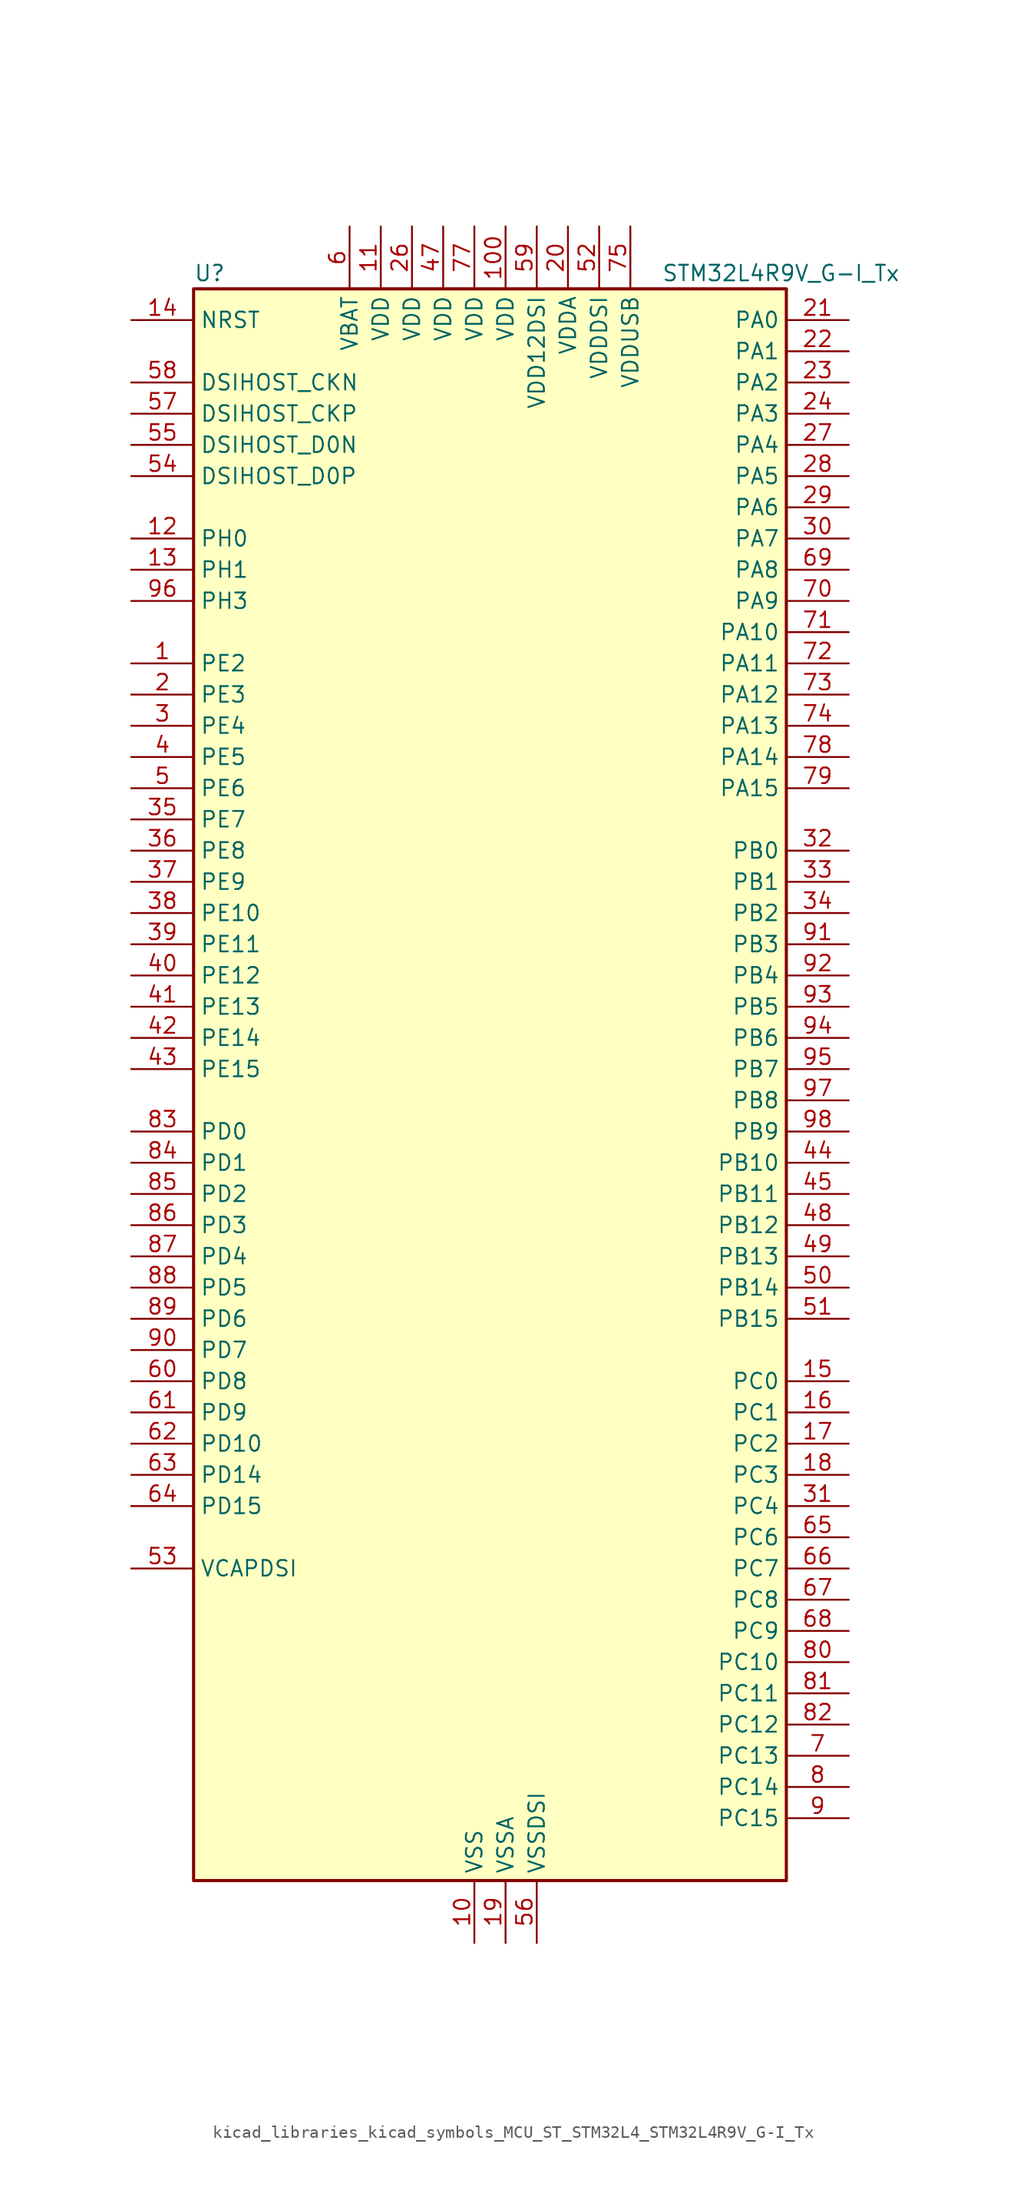
<source format=kicad_sym>
(kicad_symbol_lib
  (version 20220914)
  (generator kicad_symbol_editor)
  (symbol "kicad_libraries_kicad_symbols_MCU_ST_STM32L4_STM32L4R9V_G-I_Tx"
    (property "Reference" "U"
      (at -22.86 67.31 0)
      (effects (font (size 1.27 1.27)) (justify left)))
    (property "Value" "STM32L4R9V_G-I_Tx"
      (at 15.24 67.31 0)
      (effects (font (size 1.27 1.27)) (justify left)))
    (property "ki_locked" ""
      (at 0 0 0)
      (effects (font (size 1.27 1.27))))
    (symbol "kicad_libraries_kicad_symbols_MCU_ST_STM32L4_STM32L4R9V_G-I_Tx_0_1"
      (rectangle (start -22.86 -63.5) (end 25.4 66.04) (stroke (width 0.254) (type default)) (fill (type background))))
    (symbol "kicad_libraries_kicad_symbols_MCU_ST_STM32L4_STM32L4R9V_G-I_Tx_1_1"
      (pin bidirectional line (at -27.94 35.56 0) (length 5.08) (name "PE2" (effects (font (size 1.27 1.27)))) (number "1" (effects (font (size 1.27 1.27)))) (alternate "FMC_A23" bidirectional line) (alternate "LTDC_R0" bidirectional line) (alternate "SAI1_CK1" bidirectional line) (alternate "SAI1_MCLK_A" bidirectional line) (alternate "SYS_TRACECLK" bidirectional line) (alternate "TIM3_ETR" bidirectional line) (alternate "TSC_G7_IO1" bidirectional line))
      (pin power_in line (at 0 -68.58 90) (length 5.08) (name "VSS" (effects (font (size 1.27 1.27)))) (number "10" (effects (font (size 1.27 1.27)))))
      (pin power_in line (at 2.54 71.12 270) (length 5.08) (name "VDD" (effects (font (size 1.27 1.27)))) (number "100" (effects (font (size 1.27 1.27)))))
      (pin power_in line (at -7.62 71.12 270) (length 5.08) (name "VDD" (effects (font (size 1.27 1.27)))) (number "11" (effects (font (size 1.27 1.27)))))
      (pin bidirectional line (at -27.94 45.72 0) (length 5.08) (name "PH0" (effects (font (size 1.27 1.27)))) (number "12" (effects (font (size 1.27 1.27)))) (alternate "RCC_OSC_IN" bidirectional line))
      (pin bidirectional line (at -27.94 43.18 0) (length 5.08) (name "PH1" (effects (font (size 1.27 1.27)))) (number "13" (effects (font (size 1.27 1.27)))) (alternate "RCC_OSC_OUT" bidirectional line))
      (pin input line (at -27.94 63.5 0) (length 5.08) (name "NRST" (effects (font (size 1.27 1.27)))) (number "14" (effects (font (size 1.27 1.27)))))
      (pin bidirectional line (at 30.48 -22.86 180) (length 5.08) (name "PC0" (effects (font (size 1.27 1.27)))) (number "15" (effects (font (size 1.27 1.27)))) (alternate "ADC1_IN1" bidirectional line) (alternate "DFSDM1_DATIN4" bidirectional line) (alternate "I2C3_SCL" bidirectional line) (alternate "LPTIM1_IN1" bidirectional line) (alternate "LPTIM2_IN1" bidirectional line) (alternate "LPUART1_RX" bidirectional line) (alternate "SAI2_FS_A" bidirectional line))
      (pin bidirectional line (at 30.48 -25.4 180) (length 5.08) (name "PC1" (effects (font (size 1.27 1.27)))) (number "16" (effects (font (size 1.27 1.27)))) (alternate "ADC1_IN2" bidirectional line) (alternate "DFSDM1_CKIN4" bidirectional line) (alternate "I2C3_SDA" bidirectional line) (alternate "LPTIM1_OUT" bidirectional line) (alternate "LPUART1_TX" bidirectional line) (alternate "OCTOSPIM_P1_IO4" bidirectional line) (alternate "SAI1_SD_A" bidirectional line) (alternate "SPI2_MOSI" bidirectional line) (alternate "SYS_TRACED0" bidirectional line))
      (pin bidirectional line (at 30.48 -27.94 180) (length 5.08) (name "PC2" (effects (font (size 1.27 1.27)))) (number "17" (effects (font (size 1.27 1.27)))) (alternate "ADC1_IN3" bidirectional line) (alternate "DFSDM1_CKOUT" bidirectional line) (alternate "LPTIM1_IN2" bidirectional line) (alternate "OCTOSPIM_P1_IO5" bidirectional line) (alternate "SPI2_MISO" bidirectional line))
      (pin bidirectional line (at 30.48 -30.48 180) (length 5.08) (name "PC3" (effects (font (size 1.27 1.27)))) (number "18" (effects (font (size 1.27 1.27)))) (alternate "ADC1_IN4" bidirectional line) (alternate "LPTIM1_ETR" bidirectional line) (alternate "LPTIM2_ETR" bidirectional line) (alternate "OCTOSPIM_P1_IO6" bidirectional line) (alternate "SAI1_D1" bidirectional line) (alternate "SAI1_SD_A" bidirectional line) (alternate "SPI2_MOSI" bidirectional line))
      (pin power_in line (at 2.54 -68.58 90) (length 5.08) (name "VSSA" (effects (font (size 1.27 1.27)))) (number "19" (effects (font (size 1.27 1.27)))))
      (pin bidirectional line (at -27.94 33.02 0) (length 5.08) (name "PE3" (effects (font (size 1.27 1.27)))) (number "2" (effects (font (size 1.27 1.27)))) (alternate "FMC_A19" bidirectional line) (alternate "LTDC_R1" bidirectional line) (alternate "OCTOSPIM_P1_DQS" bidirectional line) (alternate "SAI1_SD_B" bidirectional line) (alternate "SYS_TRACED0" bidirectional line) (alternate "TIM3_CH1" bidirectional line) (alternate "TSC_G7_IO2" bidirectional line))
      (pin power_in line (at 7.62 71.12 270) (length 5.08) (name "VDDA" (effects (font (size 1.27 1.27)))) (number "20" (effects (font (size 1.27 1.27)))))
      (pin bidirectional line (at 30.48 63.5 180) (length 5.08) (name "PA0" (effects (font (size 1.27 1.27)))) (number "21" (effects (font (size 1.27 1.27)))) (alternate "ADC1_IN5" bidirectional line) (alternate "OPAMP1_VINP" bidirectional line) (alternate "RTC_TAMP2" bidirectional line) (alternate "SAI1_EXTCLK" bidirectional line) (alternate "SYS_WKUP1" bidirectional line) (alternate "TIM2_CH1" bidirectional line) (alternate "TIM2_ETR" bidirectional line) (alternate "TIM5_CH1" bidirectional line) (alternate "TIM8_ETR" bidirectional line) (alternate "UART4_TX" bidirectional line) (alternate "USART2_CTS" bidirectional line) (alternate "USART2_NSS" bidirectional line))
      (pin bidirectional line (at 30.48 60.96 180) (length 5.08) (name "PA1" (effects (font (size 1.27 1.27)))) (number "22" (effects (font (size 1.27 1.27)))) (alternate "ADC1_IN6" bidirectional line) (alternate "I2C1_SMBA" bidirectional line) (alternate "OCTOSPIM_P1_DQS" bidirectional line) (alternate "OPAMP1_VINM" bidirectional line) (alternate "SPI1_SCK" bidirectional line) (alternate "TIM15_CH1N" bidirectional line) (alternate "TIM2_CH2" bidirectional line) (alternate "TIM5_CH2" bidirectional line) (alternate "UART4_RX" bidirectional line) (alternate "USART2_DE" bidirectional line) (alternate "USART2_RTS" bidirectional line))
      (pin bidirectional line (at 30.48 58.42 180) (length 5.08) (name "PA2" (effects (font (size 1.27 1.27)))) (number "23" (effects (font (size 1.27 1.27)))) (alternate "ADC1_IN7" bidirectional line) (alternate "LPUART1_TX" bidirectional line) (alternate "OCTOSPIM_P1_NCS" bidirectional line) (alternate "RCC_LSCO" bidirectional line) (alternate "SAI2_EXTCLK" bidirectional line) (alternate "SYS_WKUP4" bidirectional line) (alternate "TIM15_CH1" bidirectional line) (alternate "TIM2_CH3" bidirectional line) (alternate "TIM5_CH3" bidirectional line) (alternate "USART2_TX" bidirectional line))
      (pin bidirectional line (at 30.48 55.88 180) (length 5.08) (name "PA3" (effects (font (size 1.27 1.27)))) (number "24" (effects (font (size 1.27 1.27)))) (alternate "ADC1_IN8" bidirectional line) (alternate "LPUART1_RX" bidirectional line) (alternate "OCTOSPIM_P1_CLK" bidirectional line) (alternate "OPAMP1_VOUT" bidirectional line) (alternate "SAI1_CK1" bidirectional line) (alternate "SAI1_MCLK_A" bidirectional line) (alternate "TIM15_CH2" bidirectional line) (alternate "TIM2_CH4" bidirectional line) (alternate "TIM5_CH4" bidirectional line) (alternate "USART2_RX" bidirectional line))
      (pin passive line (at 0 -68.58 90) (length 5.08) hide (name "VSS" (effects (font (size 1.27 1.27)))) (number "25" (effects (font (size 1.27 1.27)))))
      (pin power_in line (at -5.08 71.12 270) (length 5.08) (name "VDD" (effects (font (size 1.27 1.27)))) (number "26" (effects (font (size 1.27 1.27)))))
      (pin bidirectional line (at 30.48 53.34 180) (length 5.08) (name "PA4" (effects (font (size 1.27 1.27)))) (number "27" (effects (font (size 1.27 1.27)))) (alternate "ADC1_IN9" bidirectional line) (alternate "DAC1_OUT1" bidirectional line) (alternate "DCMI_HSYNC" bidirectional line) (alternate "LPTIM2_OUT" bidirectional line) (alternate "OCTOSPIM_P1_NCS" bidirectional line) (alternate "SAI1_FS_B" bidirectional line) (alternate "SPI1_NSS" bidirectional line) (alternate "SPI3_NSS" bidirectional line) (alternate "USART2_CK" bidirectional line))
      (pin bidirectional line (at 30.48 50.8 180) (length 5.08) (name "PA5" (effects (font (size 1.27 1.27)))) (number "28" (effects (font (size 1.27 1.27)))) (alternate "ADC1_IN10" bidirectional line) (alternate "DAC1_OUT2" bidirectional line) (alternate "LPTIM2_ETR" bidirectional line) (alternate "SPI1_SCK" bidirectional line) (alternate "TIM2_CH1" bidirectional line) (alternate "TIM2_ETR" bidirectional line) (alternate "TIM8_CH1N" bidirectional line))
      (pin bidirectional line (at 30.48 48.26 180) (length 5.08) (name "PA6" (effects (font (size 1.27 1.27)))) (number "29" (effects (font (size 1.27 1.27)))) (alternate "ADC1_IN11" bidirectional line) (alternate "DCMI_PIXCLK" bidirectional line) (alternate "LPUART1_CTS" bidirectional line) (alternate "OCTOSPIM_P1_IO3" bidirectional line) (alternate "OPAMP2_VINP" bidirectional line) (alternate "SPI1_MISO" bidirectional line) (alternate "TIM16_CH1" bidirectional line) (alternate "TIM1_BKIN" bidirectional line) (alternate "TIM3_CH1" bidirectional line) (alternate "TIM8_BKIN" bidirectional line) (alternate "USART3_CTS" bidirectional line) (alternate "USART3_NSS" bidirectional line))
      (pin bidirectional line (at -27.94 30.48 0) (length 5.08) (name "PE4" (effects (font (size 1.27 1.27)))) (number "3" (effects (font (size 1.27 1.27)))) (alternate "DCMI_D4" bidirectional line) (alternate "DFSDM1_DATIN3" bidirectional line) (alternate "FMC_A20" bidirectional line) (alternate "LTDC_B0" bidirectional line) (alternate "SAI1_D2" bidirectional line) (alternate "SAI1_FS_A" bidirectional line) (alternate "SYS_TRACED1" bidirectional line) (alternate "TIM3_CH2" bidirectional line) (alternate "TSC_G7_IO3" bidirectional line))
      (pin bidirectional line (at 30.48 45.72 180) (length 5.08) (name "PA7" (effects (font (size 1.27 1.27)))) (number "30" (effects (font (size 1.27 1.27)))) (alternate "ADC1_IN12" bidirectional line) (alternate "I2C3_SCL" bidirectional line) (alternate "OCTOSPIM_P1_IO2" bidirectional line) (alternate "OPAMP2_VINM" bidirectional line) (alternate "SPI1_MOSI" bidirectional line) (alternate "TIM17_CH1" bidirectional line) (alternate "TIM1_CH1N" bidirectional line) (alternate "TIM3_CH2" bidirectional line) (alternate "TIM8_CH1N" bidirectional line))
      (pin bidirectional line (at 30.48 -33.02 180) (length 5.08) (name "PC4" (effects (font (size 1.27 1.27)))) (number "31" (effects (font (size 1.27 1.27)))) (alternate "ADC1_IN13" bidirectional line) (alternate "COMP1_INM" bidirectional line) (alternate "OCTOSPIM_P1_IO7" bidirectional line) (alternate "USART3_TX" bidirectional line))
      (pin bidirectional line (at 30.48 20.32 180) (length 5.08) (name "PB0" (effects (font (size 1.27 1.27)))) (number "32" (effects (font (size 1.27 1.27)))) (alternate "ADC1_IN15" bidirectional line) (alternate "COMP1_OUT" bidirectional line) (alternate "OCTOSPIM_P1_IO1" bidirectional line) (alternate "OPAMP2_VOUT" bidirectional line) (alternate "SAI1_EXTCLK" bidirectional line) (alternate "SPI1_NSS" bidirectional line) (alternate "TIM1_CH2N" bidirectional line) (alternate "TIM3_CH3" bidirectional line) (alternate "TIM8_CH2N" bidirectional line) (alternate "USART3_CK" bidirectional line))
      (pin bidirectional line (at 30.48 17.78 180) (length 5.08) (name "PB1" (effects (font (size 1.27 1.27)))) (number "33" (effects (font (size 1.27 1.27)))) (alternate "ADC1_IN16" bidirectional line) (alternate "COMP1_INM" bidirectional line) (alternate "DFSDM1_DATIN0" bidirectional line) (alternate "LPTIM2_IN1" bidirectional line) (alternate "LPUART1_DE" bidirectional line) (alternate "LPUART1_RTS" bidirectional line) (alternate "OCTOSPIM_P1_IO0" bidirectional line) (alternate "TIM1_CH3N" bidirectional line) (alternate "TIM3_CH4" bidirectional line) (alternate "TIM8_CH3N" bidirectional line) (alternate "USART3_DE" bidirectional line) (alternate "USART3_RTS" bidirectional line))
      (pin bidirectional line (at 30.48 15.24 180) (length 5.08) (name "PB2" (effects (font (size 1.27 1.27)))) (number "34" (effects (font (size 1.27 1.27)))) (alternate "COMP1_INP" bidirectional line) (alternate "DFSDM1_CKIN0" bidirectional line) (alternate "I2C3_SMBA" bidirectional line) (alternate "LPTIM1_OUT" bidirectional line) (alternate "LTDC_B1" bidirectional line) (alternate "OCTOSPIM_P1_DQS" bidirectional line) (alternate "RTC_OUT_ALARM" bidirectional line) (alternate "RTC_OUT_CALIB" bidirectional line))
      (pin bidirectional line (at -27.94 22.86 0) (length 5.08) (name "PE7" (effects (font (size 1.27 1.27)))) (number "35" (effects (font (size 1.27 1.27)))) (alternate "DFSDM1_DATIN2" bidirectional line) (alternate "FMC_D4" bidirectional line) (alternate "FMC_DA4" bidirectional line) (alternate "LTDC_B6" bidirectional line) (alternate "SAI1_SD_B" bidirectional line) (alternate "TIM1_ETR" bidirectional line))
      (pin bidirectional line (at -27.94 20.32 0) (length 5.08) (name "PE8" (effects (font (size 1.27 1.27)))) (number "36" (effects (font (size 1.27 1.27)))) (alternate "DFSDM1_CKIN2" bidirectional line) (alternate "FMC_D5" bidirectional line) (alternate "FMC_DA5" bidirectional line) (alternate "LTDC_B7" bidirectional line) (alternate "SAI1_SCK_B" bidirectional line) (alternate "TIM1_CH1N" bidirectional line))
      (pin bidirectional line (at -27.94 17.78 0) (length 5.08) (name "PE9" (effects (font (size 1.27 1.27)))) (number "37" (effects (font (size 1.27 1.27)))) (alternate "DAC1_EXTI9" bidirectional line) (alternate "DFSDM1_CKOUT" bidirectional line) (alternate "FMC_D6" bidirectional line) (alternate "FMC_DA6" bidirectional line) (alternate "LTDC_G2" bidirectional line) (alternate "SAI1_FS_B" bidirectional line) (alternate "TIM1_CH1" bidirectional line))
      (pin bidirectional line (at -27.94 15.24 0) (length 5.08) (name "PE10" (effects (font (size 1.27 1.27)))) (number "38" (effects (font (size 1.27 1.27)))) (alternate "DFSDM1_DATIN4" bidirectional line) (alternate "FMC_D7" bidirectional line) (alternate "FMC_DA7" bidirectional line) (alternate "LTDC_G3" bidirectional line) (alternate "OCTOSPIM_P1_CLK" bidirectional line) (alternate "SAI1_MCLK_B" bidirectional line) (alternate "TIM1_CH2N" bidirectional line) (alternate "TSC_G5_IO1" bidirectional line))
      (pin bidirectional line (at -27.94 12.7 0) (length 5.08) (name "PE11" (effects (font (size 1.27 1.27)))) (number "39" (effects (font (size 1.27 1.27)))) (alternate "ADC1_EXTI11" bidirectional line) (alternate "DFSDM1_CKIN4" bidirectional line) (alternate "FMC_D8" bidirectional line) (alternate "FMC_DA8" bidirectional line) (alternate "LTDC_G4" bidirectional line) (alternate "OCTOSPIM_P1_NCS" bidirectional line) (alternate "TIM1_CH2" bidirectional line) (alternate "TSC_G5_IO2" bidirectional line))
      (pin bidirectional line (at -27.94 27.94 0) (length 5.08) (name "PE5" (effects (font (size 1.27 1.27)))) (number "4" (effects (font (size 1.27 1.27)))) (alternate "DCMI_D6" bidirectional line) (alternate "DFSDM1_CKIN3" bidirectional line) (alternate "FMC_A21" bidirectional line) (alternate "LTDC_G0" bidirectional line) (alternate "SAI1_CK2" bidirectional line) (alternate "SAI1_SCK_A" bidirectional line) (alternate "SYS_TRACED2" bidirectional line) (alternate "TIM3_CH3" bidirectional line) (alternate "TSC_G7_IO4" bidirectional line))
      (pin bidirectional line (at -27.94 10.16 0) (length 5.08) (name "PE12" (effects (font (size 1.27 1.27)))) (number "40" (effects (font (size 1.27 1.27)))) (alternate "DFSDM1_DATIN5" bidirectional line) (alternate "FMC_D9" bidirectional line) (alternate "FMC_DA9" bidirectional line) (alternate "LTDC_G5" bidirectional line) (alternate "OCTOSPIM_P1_IO0" bidirectional line) (alternate "SPI1_NSS" bidirectional line) (alternate "TIM1_CH3N" bidirectional line) (alternate "TSC_G5_IO3" bidirectional line))
      (pin bidirectional line (at -27.94 7.62 0) (length 5.08) (name "PE13" (effects (font (size 1.27 1.27)))) (number "41" (effects (font (size 1.27 1.27)))) (alternate "DFSDM1_CKIN5" bidirectional line) (alternate "FMC_D10" bidirectional line) (alternate "FMC_DA10" bidirectional line) (alternate "LTDC_G6" bidirectional line) (alternate "OCTOSPIM_P1_IO1" bidirectional line) (alternate "SPI1_SCK" bidirectional line) (alternate "TIM1_CH3" bidirectional line) (alternate "TSC_G5_IO4" bidirectional line))
      (pin bidirectional line (at -27.94 5.08 0) (length 5.08) (name "PE14" (effects (font (size 1.27 1.27)))) (number "42" (effects (font (size 1.27 1.27)))) (alternate "FMC_D11" bidirectional line) (alternate "FMC_DA11" bidirectional line) (alternate "LTDC_G7" bidirectional line) (alternate "OCTOSPIM_P1_IO2" bidirectional line) (alternate "SPI1_MISO" bidirectional line) (alternate "TIM1_BKIN2" bidirectional line) (alternate "TIM1_CH4" bidirectional line))
      (pin bidirectional line (at -27.94 2.54 0) (length 5.08) (name "PE15" (effects (font (size 1.27 1.27)))) (number "43" (effects (font (size 1.27 1.27)))) (alternate "ADC1_EXTI15" bidirectional line) (alternate "FMC_D12" bidirectional line) (alternate "FMC_DA12" bidirectional line) (alternate "LTDC_R2" bidirectional line) (alternate "OCTOSPIM_P1_IO3" bidirectional line) (alternate "SPI1_MOSI" bidirectional line) (alternate "TIM1_BKIN" bidirectional line))
      (pin bidirectional line (at 30.48 -5.08 180) (length 5.08) (name "PB10" (effects (font (size 1.27 1.27)))) (number "44" (effects (font (size 1.27 1.27)))) (alternate "COMP1_OUT" bidirectional line) (alternate "DFSDM1_DATIN7" bidirectional line) (alternate "I2C2_SCL" bidirectional line) (alternate "I2C4_SCL" bidirectional line) (alternate "LPUART1_RX" bidirectional line) (alternate "OCTOSPIM_P1_CLK" bidirectional line) (alternate "SAI1_SCK_A" bidirectional line) (alternate "SPI2_SCK" bidirectional line) (alternate "TIM2_CH3" bidirectional line) (alternate "TSC_SYNC" bidirectional line) (alternate "USART3_TX" bidirectional line))
      (pin bidirectional line (at 30.48 -7.62 180) (length 5.08) (name "PB11" (effects (font (size 1.27 1.27)))) (number "45" (effects (font (size 1.27 1.27)))) (alternate "ADC1_EXTI11" bidirectional line) (alternate "COMP2_OUT" bidirectional line) (alternate "DFSDM1_CKIN7" bidirectional line) (alternate "DSIHOST_TE" bidirectional line) (alternate "I2C2_SDA" bidirectional line) (alternate "I2C4_SDA" bidirectional line) (alternate "LPUART1_TX" bidirectional line) (alternate "OCTOSPIM_P1_NCS" bidirectional line) (alternate "TIM2_CH4" bidirectional line) (alternate "USART3_RX" bidirectional line))
      (pin passive line (at 0 -68.58 90) (length 5.08) hide (name "VSS" (effects (font (size 1.27 1.27)))) (number "46" (effects (font (size 1.27 1.27)))))
      (pin power_in line (at -2.54 71.12 270) (length 5.08) (name "VDD" (effects (font (size 1.27 1.27)))) (number "47" (effects (font (size 1.27 1.27)))))
      (pin bidirectional line (at 30.48 -10.16 180) (length 5.08) (name "PB12" (effects (font (size 1.27 1.27)))) (number "48" (effects (font (size 1.27 1.27)))) (alternate "DFSDM1_DATIN1" bidirectional line) (alternate "I2C2_SMBA" bidirectional line) (alternate "LPUART1_DE" bidirectional line) (alternate "LPUART1_RTS" bidirectional line) (alternate "SAI2_FS_A" bidirectional line) (alternate "SPI2_NSS" bidirectional line) (alternate "TIM15_BKIN" bidirectional line) (alternate "TIM1_BKIN" bidirectional line) (alternate "TSC_G1_IO1" bidirectional line) (alternate "USART3_CK" bidirectional line))
      (pin bidirectional line (at 30.48 -12.7 180) (length 5.08) (name "PB13" (effects (font (size 1.27 1.27)))) (number "49" (effects (font (size 1.27 1.27)))) (alternate "DFSDM1_CKIN1" bidirectional line) (alternate "I2C2_SCL" bidirectional line) (alternate "LPUART1_CTS" bidirectional line) (alternate "SAI2_SCK_A" bidirectional line) (alternate "SPI2_SCK" bidirectional line) (alternate "TIM15_CH1N" bidirectional line) (alternate "TIM1_CH1N" bidirectional line) (alternate "TSC_G1_IO2" bidirectional line) (alternate "USART3_CTS" bidirectional line) (alternate "USART3_NSS" bidirectional line))
      (pin bidirectional line (at -27.94 25.4 0) (length 5.08) (name "PE6" (effects (font (size 1.27 1.27)))) (number "5" (effects (font (size 1.27 1.27)))) (alternate "DCMI_D7" bidirectional line) (alternate "FMC_A22" bidirectional line) (alternate "LTDC_G1" bidirectional line) (alternate "RTC_TAMP3" bidirectional line) (alternate "SAI1_D1" bidirectional line) (alternate "SAI1_SD_A" bidirectional line) (alternate "SYS_TRACED3" bidirectional line) (alternate "SYS_WKUP3" bidirectional line) (alternate "TIM3_CH4" bidirectional line))
      (pin bidirectional line (at 30.48 -15.24 180) (length 5.08) (name "PB14" (effects (font (size 1.27 1.27)))) (number "50" (effects (font (size 1.27 1.27)))) (alternate "DFSDM1_DATIN2" bidirectional line) (alternate "I2C2_SDA" bidirectional line) (alternate "SAI2_MCLK_A" bidirectional line) (alternate "SPI2_MISO" bidirectional line) (alternate "TIM15_CH1" bidirectional line) (alternate "TIM1_CH2N" bidirectional line) (alternate "TIM8_CH2N" bidirectional line) (alternate "TSC_G1_IO3" bidirectional line) (alternate "USART3_DE" bidirectional line) (alternate "USART3_RTS" bidirectional line))
      (pin bidirectional line (at 30.48 -17.78 180) (length 5.08) (name "PB15" (effects (font (size 1.27 1.27)))) (number "51" (effects (font (size 1.27 1.27)))) (alternate "ADC1_EXTI15" bidirectional line) (alternate "DFSDM1_CKIN2" bidirectional line) (alternate "RTC_REFIN" bidirectional line) (alternate "SAI2_SD_A" bidirectional line) (alternate "SPI2_MOSI" bidirectional line) (alternate "TIM15_CH2" bidirectional line) (alternate "TIM1_CH3N" bidirectional line) (alternate "TIM8_CH3N" bidirectional line) (alternate "TSC_G1_IO4" bidirectional line))
      (pin power_in line (at 10.16 71.12 270) (length 5.08) (name "VDDDSI" (effects (font (size 1.27 1.27)))) (number "52" (effects (font (size 1.27 1.27)))))
      (pin power_out line (at -27.94 -38.1 0) (length 5.08) (name "VCAPDSI" (effects (font (size 1.27 1.27)))) (number "53" (effects (font (size 1.27 1.27)))))
      (pin bidirectional line (at -27.94 50.8 0) (length 5.08) (name "DSIHOST_D0P" (effects (font (size 1.27 1.27)))) (number "54" (effects (font (size 1.27 1.27)))) (alternate "DSIHOST_D0P" bidirectional line))
      (pin bidirectional line (at -27.94 53.34 0) (length 5.08) (name "DSIHOST_D0N" (effects (font (size 1.27 1.27)))) (number "55" (effects (font (size 1.27 1.27)))) (alternate "DSIHOST_D0N" bidirectional line))
      (pin power_in line (at 5.08 -68.58 90) (length 5.08) (name "VSSDSI" (effects (font (size 1.27 1.27)))) (number "56" (effects (font (size 1.27 1.27)))))
      (pin bidirectional line (at -27.94 55.88 0) (length 5.08) (name "DSIHOST_CKP" (effects (font (size 1.27 1.27)))) (number "57" (effects (font (size 1.27 1.27)))) (alternate "DSIHOST_CKP" bidirectional line))
      (pin bidirectional line (at -27.94 58.42 0) (length 5.08) (name "DSIHOST_CKN" (effects (font (size 1.27 1.27)))) (number "58" (effects (font (size 1.27 1.27)))) (alternate "DSIHOST_CKN" bidirectional line))
      (pin power_in line (at 5.08 71.12 270) (length 5.08) (name "VDD12DSI" (effects (font (size 1.27 1.27)))) (number "59" (effects (font (size 1.27 1.27)))))
      (pin power_in line (at -10.16 71.12 270) (length 5.08) (name "VBAT" (effects (font (size 1.27 1.27)))) (number "6" (effects (font (size 1.27 1.27)))))
      (pin bidirectional line (at -27.94 -22.86 0) (length 5.08) (name "PD8" (effects (font (size 1.27 1.27)))) (number "60" (effects (font (size 1.27 1.27)))) (alternate "DCMI_HSYNC" bidirectional line) (alternate "FMC_D13" bidirectional line) (alternate "FMC_DA13" bidirectional line) (alternate "LTDC_R3" bidirectional line) (alternate "USART3_TX" bidirectional line))
      (pin bidirectional line (at -27.94 -25.4 0) (length 5.08) (name "PD9" (effects (font (size 1.27 1.27)))) (number "61" (effects (font (size 1.27 1.27)))) (alternate "DAC1_EXTI9" bidirectional line) (alternate "DCMI_PIXCLK" bidirectional line) (alternate "FMC_D14" bidirectional line) (alternate "FMC_DA14" bidirectional line) (alternate "LTDC_R4" bidirectional line) (alternate "SAI2_MCLK_A" bidirectional line) (alternate "USART3_RX" bidirectional line))
      (pin bidirectional line (at -27.94 -27.94 0) (length 5.08) (name "PD10" (effects (font (size 1.27 1.27)))) (number "62" (effects (font (size 1.27 1.27)))) (alternate "FMC_D15" bidirectional line) (alternate "FMC_DA15" bidirectional line) (alternate "LTDC_R5" bidirectional line) (alternate "SAI2_SCK_A" bidirectional line) (alternate "TSC_G6_IO1" bidirectional line) (alternate "USART3_CK" bidirectional line))
      (pin bidirectional line (at -27.94 -30.48 0) (length 5.08) (name "PD14" (effects (font (size 1.27 1.27)))) (number "63" (effects (font (size 1.27 1.27)))) (alternate "FMC_D0" bidirectional line) (alternate "FMC_DA0" bidirectional line) (alternate "LTDC_B2" bidirectional line) (alternate "TIM4_CH3" bidirectional line))
      (pin bidirectional line (at -27.94 -33.02 0) (length 5.08) (name "PD15" (effects (font (size 1.27 1.27)))) (number "64" (effects (font (size 1.27 1.27)))) (alternate "ADC1_EXTI15" bidirectional line) (alternate "FMC_D1" bidirectional line) (alternate "FMC_DA1" bidirectional line) (alternate "LTDC_B3" bidirectional line) (alternate "TIM4_CH4" bidirectional line))
      (pin bidirectional line (at 30.48 -35.56 180) (length 5.08) (name "PC6" (effects (font (size 1.27 1.27)))) (number "65" (effects (font (size 1.27 1.27)))) (alternate "DCMI_D0" bidirectional line) (alternate "DFSDM1_CKIN3" bidirectional line) (alternate "LTDC_R0" bidirectional line) (alternate "SAI2_MCLK_A" bidirectional line) (alternate "SDMMC1_D0DIR" bidirectional line) (alternate "SDMMC1_D6" bidirectional line) (alternate "TIM3_CH1" bidirectional line) (alternate "TIM8_CH1" bidirectional line) (alternate "TSC_G4_IO1" bidirectional line))
      (pin bidirectional line (at 30.48 -38.1 180) (length 5.08) (name "PC7" (effects (font (size 1.27 1.27)))) (number "66" (effects (font (size 1.27 1.27)))) (alternate "DCMI_D1" bidirectional line) (alternate "DFSDM1_DATIN3" bidirectional line) (alternate "LTDC_R1" bidirectional line) (alternate "SAI2_MCLK_B" bidirectional line) (alternate "SDMMC1_D123DIR" bidirectional line) (alternate "SDMMC1_D7" bidirectional line) (alternate "TIM3_CH2" bidirectional line) (alternate "TIM8_CH2" bidirectional line) (alternate "TSC_G4_IO2" bidirectional line))
      (pin bidirectional line (at 30.48 -40.64 180) (length 5.08) (name "PC8" (effects (font (size 1.27 1.27)))) (number "67" (effects (font (size 1.27 1.27)))) (alternate "DCMI_D2" bidirectional line) (alternate "SDMMC1_D0" bidirectional line) (alternate "TIM3_CH3" bidirectional line) (alternate "TIM8_CH3" bidirectional line) (alternate "TSC_G4_IO3" bidirectional line))
      (pin bidirectional line (at 30.48 -43.18 180) (length 5.08) (name "PC9" (effects (font (size 1.27 1.27)))) (number "68" (effects (font (size 1.27 1.27)))) (alternate "DAC1_EXTI9" bidirectional line) (alternate "DCMI_D3" bidirectional line) (alternate "I2C3_SDA" bidirectional line) (alternate "SAI2_EXTCLK" bidirectional line) (alternate "SDMMC1_D1" bidirectional line) (alternate "SYS_TRACED0" bidirectional line) (alternate "TIM3_CH4" bidirectional line) (alternate "TIM8_BKIN2" bidirectional line) (alternate "TIM8_CH4" bidirectional line) (alternate "TSC_G4_IO4" bidirectional line) (alternate "USB_OTG_FS_NOE" bidirectional line))
      (pin bidirectional line (at 30.48 43.18 180) (length 5.08) (name "PA8" (effects (font (size 1.27 1.27)))) (number "69" (effects (font (size 1.27 1.27)))) (alternate "LPTIM2_OUT" bidirectional line) (alternate "RCC_MCO" bidirectional line) (alternate "SAI1_CK2" bidirectional line) (alternate "SAI1_SCK_A" bidirectional line) (alternate "TIM1_CH1" bidirectional line) (alternate "USART1_CK" bidirectional line) (alternate "USB_OTG_FS_SOF" bidirectional line))
      (pin bidirectional line (at 30.48 -53.34 180) (length 5.08) (name "PC13" (effects (font (size 1.27 1.27)))) (number "7" (effects (font (size 1.27 1.27)))) (alternate "RTC_OUT_ALARM" bidirectional line) (alternate "RTC_OUT_CALIB" bidirectional line) (alternate "RTC_TAMP1" bidirectional line) (alternate "RTC_TS" bidirectional line) (alternate "SYS_WKUP2" bidirectional line))
      (pin bidirectional line (at 30.48 40.64 180) (length 5.08) (name "PA9" (effects (font (size 1.27 1.27)))) (number "70" (effects (font (size 1.27 1.27)))) (alternate "DAC1_EXTI9" bidirectional line) (alternate "DCMI_D0" bidirectional line) (alternate "SAI1_FS_A" bidirectional line) (alternate "SPI2_SCK" bidirectional line) (alternate "TIM15_BKIN" bidirectional line) (alternate "TIM1_CH2" bidirectional line) (alternate "USART1_TX" bidirectional line) (alternate "USB_OTG_FS_VBUS" bidirectional line))
      (pin bidirectional line (at 30.48 38.1 180) (length 5.08) (name "PA10" (effects (font (size 1.27 1.27)))) (number "71" (effects (font (size 1.27 1.27)))) (alternate "DCMI_D1" bidirectional line) (alternate "SAI1_D1" bidirectional line) (alternate "SAI1_SD_A" bidirectional line) (alternate "TIM17_BKIN" bidirectional line) (alternate "TIM1_CH3" bidirectional line) (alternate "USART1_RX" bidirectional line) (alternate "USB_OTG_FS_ID" bidirectional line))
      (pin bidirectional line (at 30.48 35.56 180) (length 5.08) (name "PA11" (effects (font (size 1.27 1.27)))) (number "72" (effects (font (size 1.27 1.27)))) (alternate "ADC1_EXTI11" bidirectional line) (alternate "CAN1_RX" bidirectional line) (alternate "SPI1_MISO" bidirectional line) (alternate "TIM1_BKIN2" bidirectional line) (alternate "TIM1_CH4" bidirectional line) (alternate "USART1_CTS" bidirectional line) (alternate "USART1_NSS" bidirectional line) (alternate "USB_OTG_FS_DM" bidirectional line))
      (pin bidirectional line (at 30.48 33.02 180) (length 5.08) (name "PA12" (effects (font (size 1.27 1.27)))) (number "73" (effects (font (size 1.27 1.27)))) (alternate "CAN1_TX" bidirectional line) (alternate "SPI1_MOSI" bidirectional line) (alternate "TIM1_ETR" bidirectional line) (alternate "USART1_DE" bidirectional line) (alternate "USART1_RTS" bidirectional line) (alternate "USB_OTG_FS_DP" bidirectional line))
      (pin bidirectional line (at 30.48 30.48 180) (length 5.08) (name "PA13" (effects (font (size 1.27 1.27)))) (number "74" (effects (font (size 1.27 1.27)))) (alternate "IR_OUT" bidirectional line) (alternate "SAI1_SD_B" bidirectional line) (alternate "SYS_JTMS-SWDIO" bidirectional line) (alternate "USB_OTG_FS_NOE" bidirectional line))
      (pin power_in line (at 12.7 71.12 270) (length 5.08) (name "VDDUSB" (effects (font (size 1.27 1.27)))) (number "75" (effects (font (size 1.27 1.27)))))
      (pin passive line (at 0 -68.58 90) (length 5.08) hide (name "VSS" (effects (font (size 1.27 1.27)))) (number "76" (effects (font (size 1.27 1.27)))))
      (pin power_in line (at 0 71.12 270) (length 5.08) (name "VDD" (effects (font (size 1.27 1.27)))) (number "77" (effects (font (size 1.27 1.27)))))
      (pin bidirectional line (at 30.48 27.94 180) (length 5.08) (name "PA14" (effects (font (size 1.27 1.27)))) (number "78" (effects (font (size 1.27 1.27)))) (alternate "I2C1_SMBA" bidirectional line) (alternate "I2C4_SMBA" bidirectional line) (alternate "LPTIM1_OUT" bidirectional line) (alternate "SAI1_FS_B" bidirectional line) (alternate "SYS_JTCK-SWCLK" bidirectional line) (alternate "USB_OTG_FS_SOF" bidirectional line))
      (pin bidirectional line (at 30.48 25.4 180) (length 5.08) (name "PA15" (effects (font (size 1.27 1.27)))) (number "79" (effects (font (size 1.27 1.27)))) (alternate "ADC1_EXTI15" bidirectional line) (alternate "SAI2_FS_B" bidirectional line) (alternate "SPI1_NSS" bidirectional line) (alternate "SPI3_NSS" bidirectional line) (alternate "SYS_JTDI" bidirectional line) (alternate "TIM2_CH1" bidirectional line) (alternate "TIM2_ETR" bidirectional line) (alternate "TSC_G3_IO1" bidirectional line) (alternate "UART4_DE" bidirectional line) (alternate "UART4_RTS" bidirectional line) (alternate "USART2_RX" bidirectional line) (alternate "USART3_DE" bidirectional line) (alternate "USART3_RTS" bidirectional line))
      (pin bidirectional line (at 30.48 -55.88 180) (length 5.08) (name "PC14" (effects (font (size 1.27 1.27)))) (number "8" (effects (font (size 1.27 1.27)))) (alternate "RCC_OSC32_IN" bidirectional line))
      (pin bidirectional line (at 30.48 -45.72 180) (length 5.08) (name "PC10" (effects (font (size 1.27 1.27)))) (number "80" (effects (font (size 1.27 1.27)))) (alternate "DCMI_D8" bidirectional line) (alternate "SAI2_SCK_B" bidirectional line) (alternate "SDMMC1_D2" bidirectional line) (alternate "SPI3_SCK" bidirectional line) (alternate "SYS_TRACED1" bidirectional line) (alternate "TSC_G3_IO2" bidirectional line) (alternate "UART4_TX" bidirectional line) (alternate "USART3_TX" bidirectional line))
      (pin bidirectional line (at 30.48 -48.26 180) (length 5.08) (name "PC11" (effects (font (size 1.27 1.27)))) (number "81" (effects (font (size 1.27 1.27)))) (alternate "ADC1_EXTI11" bidirectional line) (alternate "DCMI_D2" bidirectional line) (alternate "DCMI_D4" bidirectional line) (alternate "OCTOSPIM_P1_NCS" bidirectional line) (alternate "SAI2_MCLK_B" bidirectional line) (alternate "SDMMC1_D3" bidirectional line) (alternate "SPI3_MISO" bidirectional line) (alternate "TSC_G3_IO3" bidirectional line) (alternate "UART4_RX" bidirectional line) (alternate "USART3_RX" bidirectional line))
      (pin bidirectional line (at 30.48 -50.8 180) (length 5.08) (name "PC12" (effects (font (size 1.27 1.27)))) (number "82" (effects (font (size 1.27 1.27)))) (alternate "DCMI_D9" bidirectional line) (alternate "SAI2_SD_B" bidirectional line) (alternate "SDMMC1_CK" bidirectional line) (alternate "SPI3_MOSI" bidirectional line) (alternate "SYS_TRACED3" bidirectional line) (alternate "TSC_G3_IO4" bidirectional line) (alternate "UART5_TX" bidirectional line) (alternate "USART3_CK" bidirectional line))
      (pin bidirectional line (at -27.94 -2.54 0) (length 5.08) (name "PD0" (effects (font (size 1.27 1.27)))) (number "83" (effects (font (size 1.27 1.27)))) (alternate "CAN1_RX" bidirectional line) (alternate "DFSDM1_DATIN7" bidirectional line) (alternate "FMC_D2" bidirectional line) (alternate "FMC_DA2" bidirectional line) (alternate "LTDC_B4" bidirectional line) (alternate "SPI2_NSS" bidirectional line))
      (pin bidirectional line (at -27.94 -5.08 0) (length 5.08) (name "PD1" (effects (font (size 1.27 1.27)))) (number "84" (effects (font (size 1.27 1.27)))) (alternate "CAN1_TX" bidirectional line) (alternate "DFSDM1_CKIN7" bidirectional line) (alternate "FMC_D3" bidirectional line) (alternate "FMC_DA3" bidirectional line) (alternate "LTDC_B5" bidirectional line) (alternate "SPI2_SCK" bidirectional line))
      (pin bidirectional line (at -27.94 -7.62 0) (length 5.08) (name "PD2" (effects (font (size 1.27 1.27)))) (number "85" (effects (font (size 1.27 1.27)))) (alternate "DCMI_D11" bidirectional line) (alternate "SDMMC1_CMD" bidirectional line) (alternate "SYS_TRACED2" bidirectional line) (alternate "TIM3_ETR" bidirectional line) (alternate "TSC_SYNC" bidirectional line) (alternate "UART5_RX" bidirectional line) (alternate "USART3_DE" bidirectional line) (alternate "USART3_RTS" bidirectional line))
      (pin bidirectional line (at -27.94 -10.16 0) (length 5.08) (name "PD3" (effects (font (size 1.27 1.27)))) (number "86" (effects (font (size 1.27 1.27)))) (alternate "DCMI_D5" bidirectional line) (alternate "DFSDM1_DATIN0" bidirectional line) (alternate "FMC_CLK" bidirectional line) (alternate "LTDC_CLK" bidirectional line) (alternate "OCTOSPIM_P2_NCS" bidirectional line) (alternate "SPI2_MISO" bidirectional line) (alternate "SPI2_SCK" bidirectional line) (alternate "USART2_CTS" bidirectional line) (alternate "USART2_NSS" bidirectional line))
      (pin bidirectional line (at -27.94 -12.7 0) (length 5.08) (name "PD4" (effects (font (size 1.27 1.27)))) (number "87" (effects (font (size 1.27 1.27)))) (alternate "DFSDM1_CKIN0" bidirectional line) (alternate "FMC_NOE" bidirectional line) (alternate "OCTOSPIM_P1_IO4" bidirectional line) (alternate "SPI2_MOSI" bidirectional line) (alternate "USART2_DE" bidirectional line) (alternate "USART2_RTS" bidirectional line))
      (pin bidirectional line (at -27.94 -15.24 0) (length 5.08) (name "PD5" (effects (font (size 1.27 1.27)))) (number "88" (effects (font (size 1.27 1.27)))) (alternate "FMC_NWE" bidirectional line) (alternate "OCTOSPIM_P1_IO5" bidirectional line) (alternate "USART2_TX" bidirectional line))
      (pin bidirectional line (at -27.94 -17.78 0) (length 5.08) (name "PD6" (effects (font (size 1.27 1.27)))) (number "89" (effects (font (size 1.27 1.27)))) (alternate "DCMI_D10" bidirectional line) (alternate "DFSDM1_DATIN1" bidirectional line) (alternate "FMC_NWAIT" bidirectional line) (alternate "LTDC_DE" bidirectional line) (alternate "OCTOSPIM_P1_IO6" bidirectional line) (alternate "SAI1_D1" bidirectional line) (alternate "SAI1_SD_A" bidirectional line) (alternate "SPI3_MOSI" bidirectional line) (alternate "USART2_RX" bidirectional line))
      (pin bidirectional line (at 30.48 -58.42 180) (length 5.08) (name "PC15" (effects (font (size 1.27 1.27)))) (number "9" (effects (font (size 1.27 1.27)))) (alternate "ADC1_EXTI15" bidirectional line) (alternate "RCC_OSC32_OUT" bidirectional line))
      (pin bidirectional line (at -27.94 -20.32 0) (length 5.08) (name "PD7" (effects (font (size 1.27 1.27)))) (number "90" (effects (font (size 1.27 1.27)))) (alternate "DFSDM1_CKIN1" bidirectional line) (alternate "FMC_NE1" bidirectional line) (alternate "OCTOSPIM_P1_IO7" bidirectional line) (alternate "USART2_CK" bidirectional line))
      (pin bidirectional line (at 30.48 12.7 180) (length 5.08) (name "PB3" (effects (font (size 1.27 1.27)))) (number "91" (effects (font (size 1.27 1.27)))) (alternate "COMP2_INM" bidirectional line) (alternate "CRS_SYNC" bidirectional line) (alternate "SAI1_SCK_B" bidirectional line) (alternate "SPI1_SCK" bidirectional line) (alternate "SPI3_SCK" bidirectional line) (alternate "SYS_JTDO-SWO" bidirectional line) (alternate "TIM2_CH2" bidirectional line) (alternate "USART1_DE" bidirectional line) (alternate "USART1_RTS" bidirectional line))
      (pin bidirectional line (at 30.48 10.16 180) (length 5.08) (name "PB4" (effects (font (size 1.27 1.27)))) (number "92" (effects (font (size 1.27 1.27)))) (alternate "COMP2_INP" bidirectional line) (alternate "DCMI_D12" bidirectional line) (alternate "I2C3_SDA" bidirectional line) (alternate "SAI1_MCLK_B" bidirectional line) (alternate "SPI1_MISO" bidirectional line) (alternate "SPI3_MISO" bidirectional line) (alternate "SYS_JTRST" bidirectional line) (alternate "TIM17_BKIN" bidirectional line) (alternate "TIM3_CH1" bidirectional line) (alternate "TSC_G2_IO1" bidirectional line) (alternate "UART5_DE" bidirectional line) (alternate "UART5_RTS" bidirectional line) (alternate "USART1_CTS" bidirectional line) (alternate "USART1_NSS" bidirectional line))
      (pin bidirectional line (at 30.48 7.62 180) (length 5.08) (name "PB5" (effects (font (size 1.27 1.27)))) (number "93" (effects (font (size 1.27 1.27)))) (alternate "COMP2_OUT" bidirectional line) (alternate "DCMI_D10" bidirectional line) (alternate "I2C1_SMBA" bidirectional line) (alternate "LPTIM1_IN1" bidirectional line) (alternate "SAI1_SD_B" bidirectional line) (alternate "SPI1_MOSI" bidirectional line) (alternate "SPI3_MOSI" bidirectional line) (alternate "TIM16_BKIN" bidirectional line) (alternate "TIM3_CH2" bidirectional line) (alternate "TSC_G2_IO2" bidirectional line) (alternate "UART5_CTS" bidirectional line) (alternate "USART1_CK" bidirectional line))
      (pin bidirectional line (at 30.48 5.08 180) (length 5.08) (name "PB6" (effects (font (size 1.27 1.27)))) (number "94" (effects (font (size 1.27 1.27)))) (alternate "COMP2_INP" bidirectional line) (alternate "DCMI_D5" bidirectional line) (alternate "DFSDM1_DATIN5" bidirectional line) (alternate "I2C1_SCL" bidirectional line) (alternate "I2C4_SCL" bidirectional line) (alternate "LPTIM1_ETR" bidirectional line) (alternate "SAI1_FS_B" bidirectional line) (alternate "TIM16_CH1N" bidirectional line) (alternate "TIM4_CH1" bidirectional line) (alternate "TIM8_BKIN2" bidirectional line) (alternate "TSC_G2_IO3" bidirectional line) (alternate "USART1_TX" bidirectional line))
      (pin bidirectional line (at 30.48 2.54 180) (length 5.08) (name "PB7" (effects (font (size 1.27 1.27)))) (number "95" (effects (font (size 1.27 1.27)))) (alternate "COMP2_INM" bidirectional line) (alternate "DCMI_VSYNC" bidirectional line) (alternate "DFSDM1_CKIN5" bidirectional line) (alternate "DSIHOST_TE" bidirectional line) (alternate "FMC_NL" bidirectional line) (alternate "I2C1_SDA" bidirectional line) (alternate "I2C4_SDA" bidirectional line) (alternate "LPTIM1_IN2" bidirectional line) (alternate "SYS_PVD_IN" bidirectional line) (alternate "TIM17_CH1N" bidirectional line) (alternate "TIM4_CH2" bidirectional line) (alternate "TIM8_BKIN" bidirectional line) (alternate "TSC_G2_IO4" bidirectional line) (alternate "UART4_CTS" bidirectional line) (alternate "USART1_RX" bidirectional line))
      (pin bidirectional line (at -27.94 40.64 0) (length 5.08) (name "PH3" (effects (font (size 1.27 1.27)))) (number "96" (effects (font (size 1.27 1.27)))))
      (pin bidirectional line (at 30.48 0 180) (length 5.08) (name "PB8" (effects (font (size 1.27 1.27)))) (number "97" (effects (font (size 1.27 1.27)))) (alternate "CAN1_RX" bidirectional line) (alternate "DCMI_D6" bidirectional line) (alternate "DFSDM1_CKOUT" bidirectional line) (alternate "DFSDM1_DATIN6" bidirectional line) (alternate "I2C1_SCL" bidirectional line) (alternate "LTDC_B1" bidirectional line) (alternate "SAI1_CK1" bidirectional line) (alternate "SAI1_MCLK_A" bidirectional line) (alternate "SDMMC1_CKIN" bidirectional line) (alternate "SDMMC1_D4" bidirectional line) (alternate "TIM16_CH1" bidirectional line) (alternate "TIM4_CH3" bidirectional line))
      (pin bidirectional line (at 30.48 -2.54 180) (length 5.08) (name "PB9" (effects (font (size 1.27 1.27)))) (number "98" (effects (font (size 1.27 1.27)))) (alternate "CAN1_TX" bidirectional line) (alternate "DAC1_EXTI9" bidirectional line) (alternate "DCMI_D7" bidirectional line) (alternate "DFSDM1_CKIN6" bidirectional line) (alternate "I2C1_SDA" bidirectional line) (alternate "IR_OUT" bidirectional line) (alternate "SAI1_D2" bidirectional line) (alternate "SAI1_FS_A" bidirectional line) (alternate "SDMMC1_CDIR" bidirectional line) (alternate "SDMMC1_D5" bidirectional line) (alternate "SPI2_NSS" bidirectional line) (alternate "TIM17_CH1" bidirectional line) (alternate "TIM4_CH4" bidirectional line))
      (pin passive line (at 0 -68.58 90) (length 5.08) hide (name "VSS" (effects (font (size 1.27 1.27)))) (number "99" (effects (font (size 1.27 1.27))))))))
</source>
